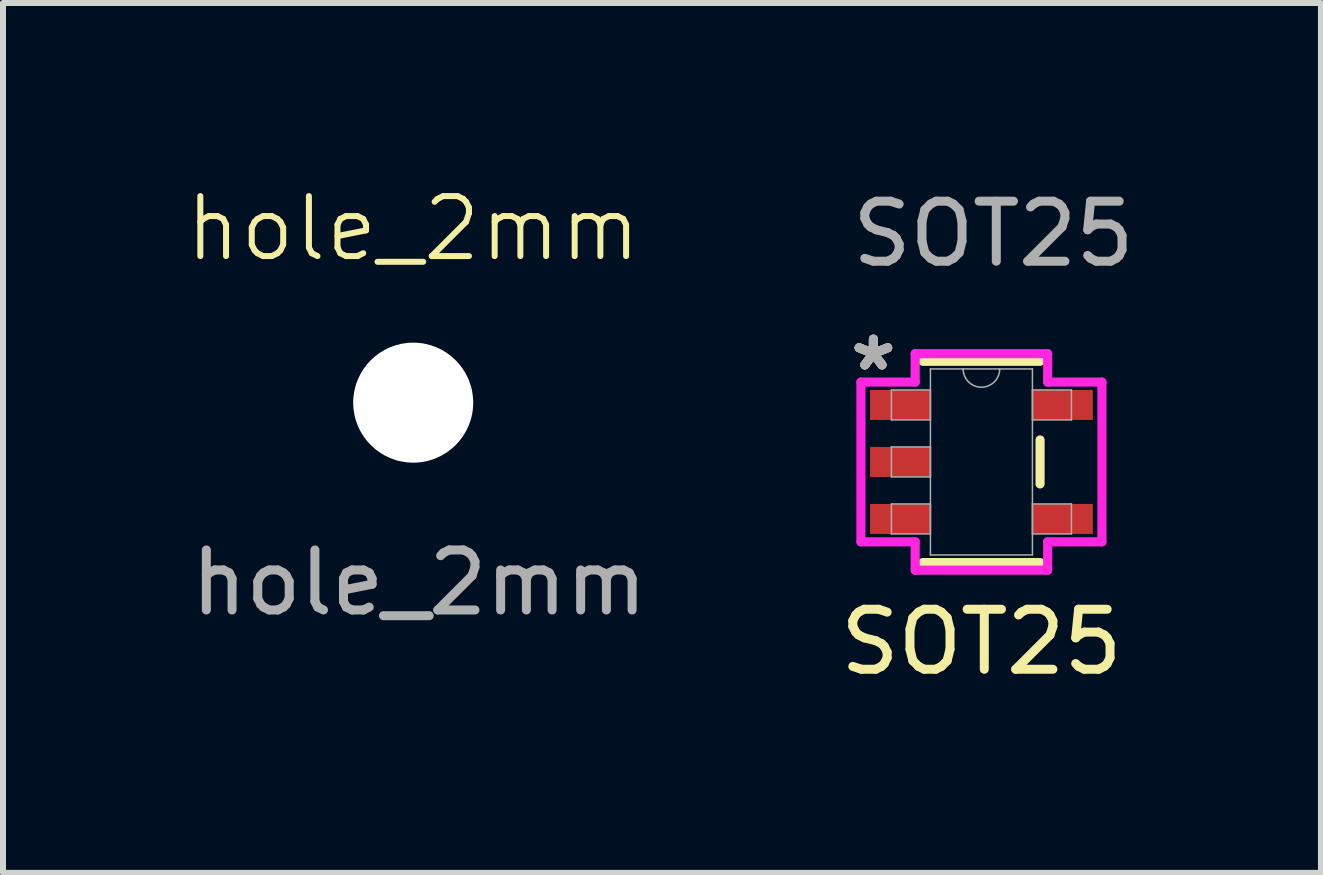
<source format=kicad_pcb>
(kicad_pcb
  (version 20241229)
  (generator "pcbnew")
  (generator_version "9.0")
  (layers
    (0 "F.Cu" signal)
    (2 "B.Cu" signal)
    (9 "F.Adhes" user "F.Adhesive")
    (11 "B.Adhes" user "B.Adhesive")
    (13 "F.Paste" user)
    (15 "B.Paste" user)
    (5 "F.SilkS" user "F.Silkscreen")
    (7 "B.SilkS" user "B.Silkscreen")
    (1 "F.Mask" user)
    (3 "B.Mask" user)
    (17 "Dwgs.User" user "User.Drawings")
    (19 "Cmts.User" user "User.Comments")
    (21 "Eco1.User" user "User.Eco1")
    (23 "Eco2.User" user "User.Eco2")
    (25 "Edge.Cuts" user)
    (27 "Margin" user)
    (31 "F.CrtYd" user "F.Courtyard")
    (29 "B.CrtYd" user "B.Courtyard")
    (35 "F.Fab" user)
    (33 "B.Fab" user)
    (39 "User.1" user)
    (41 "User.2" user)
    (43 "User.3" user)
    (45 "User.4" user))
  (footprint "SOT25"
    (layer "F.Cu")
    (at 13.305 4.648)
    (property "Reference" "SOT25" (at 0 3 0) (unlocked yes) (layer "F.SilkS") (effects (font (size 1 1) (thickness 0.15))))
    (attr smd)
    (fp_line (start -0.977 1.677) (end 0.977 1.677) (stroke (width 0.152) (type solid)) (layer "F.SilkS"))
    (fp_line (start 0.977 -1.677) (end -0.977 -1.677) (stroke (width 0.152) (type solid)) (layer "F.SilkS"))
    (fp_line (start 0.977 0.367) (end 0.977 -0.367) (stroke (width 0.152) (type solid)) (layer "F.SilkS"))
    (fp_line (start -2.008 -1.331) (end -1.104 -1.331) (stroke (width 0.152) (type solid)) (layer "F.CrtYd"))
    (fp_line (start -2.008 1.331) (end -2.008 -1.331) (stroke (width 0.152) (type solid)) (layer "F.CrtYd"))
    (fp_line (start -1.104 -1.804) (end 1.104 -1.804) (stroke (width 0.152) (type solid)) (layer "F.CrtYd"))
    (fp_line (start -1.104 -1.331) (end -1.104 -1.804) (stroke (width 0.152) (type solid)) (layer "F.CrtYd"))
    (fp_line (start -1.104 1.331) (end -2.008 1.331) (stroke (width 0.152) (type solid)) (layer "F.CrtYd"))
    (fp_line (start -1.104 1.804) (end -1.104 1.331) (stroke (width 0.152) (type solid)) (layer "F.CrtYd"))
    (fp_line (start 1.104 -1.804) (end 1.104 -1.331) (stroke (width 0.152) (type solid)) (layer "F.CrtYd"))
    (fp_line (start 1.104 -1.331) (end 2.008 -1.331) (stroke (width 0.152) (type solid)) (layer "F.CrtYd"))
    (fp_line (start 1.104 1.331) (end 1.104 1.804) (stroke (width 0.152) (type solid)) (layer "F.CrtYd"))
    (fp_line (start 1.104 1.804) (end -1.104 1.804) (stroke (width 0.152) (type solid)) (layer "F.CrtYd"))
    (fp_line (start 2.008 -1.331) (end 2.008 1.331) (stroke (width 0.152) (type solid)) (layer "F.CrtYd"))
    (fp_line (start 2.008 1.331) (end 1.104 1.331) (stroke (width 0.152) (type solid)) (layer "F.CrtYd"))
    (fp_line (start -1.5 -1.2) (end -1.5 -0.7) (stroke (width 0.025) (type solid)) (layer "F.Fab"))
    (fp_line (start -1.5 -0.7) (end -0.85 -0.7) (stroke (width 0.025) (type solid)) (layer "F.Fab"))
    (fp_line (start -1.5 -0.25) (end -1.5 0.25) (stroke (width 0.025) (type solid)) (layer "F.Fab"))
    (fp_line (start -1.5 0.25) (end -0.85 0.25) (stroke (width 0.025) (type solid)) (layer "F.Fab"))
    (fp_line (start -1.5 0.7) (end -1.5 1.2) (stroke (width 0.025) (type solid)) (layer "F.Fab"))
    (fp_line (start -1.5 1.2) (end -0.85 1.2) (stroke (width 0.025) (type solid)) (layer "F.Fab"))
    (fp_line (start -0.85 -1.55) (end -0.85 1.55) (stroke (width 0.025) (type solid)) (layer "F.Fab"))
    (fp_line (start -0.85 -1.2) (end -1.5 -1.2) (stroke (width 0.025) (type solid)) (layer "F.Fab"))
    (fp_line (start -0.85 -0.7) (end -0.85 -1.2) (stroke (width 0.025) (type solid)) (layer "F.Fab"))
    (fp_line (start -0.85 -0.25) (end -1.5 -0.25) (stroke (width 0.025) (type solid)) (layer "F.Fab"))
    (fp_line (start -0.85 0.25) (end -0.85 -0.25) (stroke (width 0.025) (type solid)) (layer "F.Fab"))
    (fp_line (start -0.85 0.7) (end -1.5 0.7) (stroke (width 0.025) (type solid)) (layer "F.Fab"))
    (fp_line (start -0.85 1.2) (end -0.85 0.7) (stroke (width 0.025) (type solid)) (layer "F.Fab"))
    (fp_line (start -0.85 1.55) (end 0.85 1.55) (stroke (width 0.025) (type solid)) (layer "F.Fab"))
    (fp_line (start 0.85 -1.55) (end -0.85 -1.55) (stroke (width 0.025) (type solid)) (layer "F.Fab"))
    (fp_line (start 0.85 -1.2) (end 0.85 -0.7) (stroke (width 0.025) (type solid)) (layer "F.Fab"))
    (fp_line (start 0.85 -0.7) (end 1.5 -0.7) (stroke (width 0.025) (type solid)) (layer "F.Fab"))
    (fp_line (start 0.85 0.7) (end 0.85 1.2) (stroke (width 0.025) (type solid)) (layer "F.Fab"))
    (fp_line (start 0.85 1.2) (end 1.5 1.2) (stroke (width 0.025) (type solid)) (layer "F.Fab"))
    (fp_line (start 0.85 1.55) (end 0.85 -1.55) (stroke (width 0.025) (type solid)) (layer "F.Fab"))
    (fp_line (start 1.5 -1.2) (end 0.85 -1.2) (stroke (width 0.025) (type solid)) (layer "F.Fab"))
    (fp_line (start 1.5 -0.7) (end 1.5 -1.2) (stroke (width 0.025) (type solid)) (layer "F.Fab"))
    (fp_line (start 1.5 0.7) (end 0.85 0.7) (stroke (width 0.025) (type solid)) (layer "F.Fab"))
    (fp_line (start 1.5 1.2) (end 1.5 0.7) (stroke (width 0.025) (type solid)) (layer "F.Fab"))
    (fp_arc (start 0.3048 -1.549999) (mid 0 -1.245199) (end -0.3048 -1.549999) (stroke (width 0.0254) (type solid)) (layer "F.Fab"))
    (fp_text user "*" (at -1.8 -1.5 0) (layer "F.SilkS") (effects (font (size 1 1) (thickness 0.15))))
    (fp_text user "*" (at -1.8 -1.5 0) (unlocked yes) (layer "F.SilkS") (effects (font (size 1 1) (thickness 0.15))))
    (fp_text user "${REFERENCE}" (at 0.2 -3.8 0) (unlocked yes) (layer "F.Fab") (effects (font (size 1 1) (thickness 0.15))))
    (fp_text user "*" (at -1.8 -1.501 0) (layer "F.Fab") (effects (font (size 1 1) (thickness 0.15))))
    (fp_text user "*" (at -1.8 -1.501 0) (unlocked yes) (layer "F.Fab") (effects (font (size 1 1) (thickness 0.15))))
    (pad "1" smd rect (at -1.353 -0.95) (size 1.006 0.5) (layers "F.Cu" "F.Mask" "F.Paste"))
    (pad "2" smd rect (at -1.353 0) (size 1.006 0.5) (layers "F.Cu" "F.Mask" "F.Paste"))
    (pad "3" smd rect (at -1.353 0.95) (size 1.006 0.5) (layers "F.Cu" "F.Mask" "F.Paste"))
    (pad "4" smd rect (at 1.353 0.95) (size 1.006 0.5) (layers "F.Cu" "F.Mask" "F.Paste"))
    (pad "5" smd rect (at 1.353 -0.95) (size 1.006 0.5) (layers "F.Cu" "F.Mask" "F.Paste")))
  (footprint "hole_2mm"
    (layer "F.Cu")
    (at 3.836 3.66)
    (property "Reference" "hole_2mm" (at 0 -2.9 0) (unlocked yes) (layer "F.SilkS") (effects (font (size 1 1) (thickness 0.1))))
    (attr smd)
    (fp_text user "${REFERENCE}" (at 0.1 3 0) (unlocked yes) (layer "F.Fab") (effects (font (size 1 1) (thickness 0.15))))
    (pad "" np_thru_hole circle (at 0 0) (size 2 2) (drill 2) (layers "*.Cu" "*.Mask")))
  (gr_rect
    (start -3 -3)
    (end 18.963 11.496)
    (stroke (width 0.1) (type default))
    (fill no)
    (layer "Edge.Cuts")))
</source>
